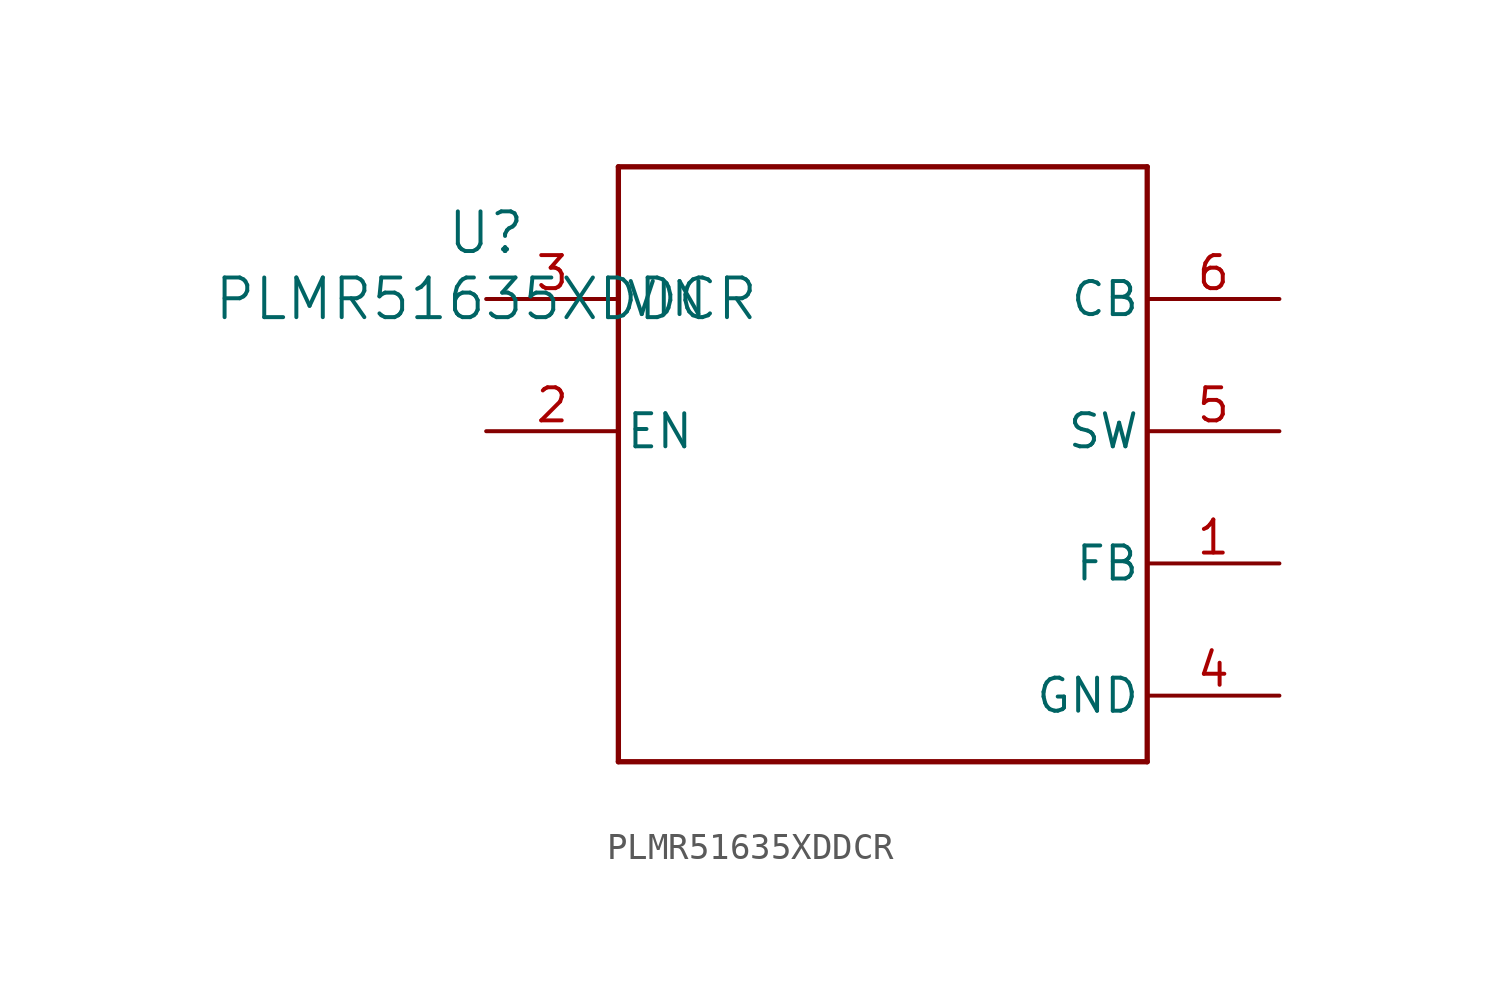
<source format=kicad_sym>
(kicad_symbol_lib
  (version 20211014)
  (generator kicad_symbol_editor)
  (symbol "PLMR51635XDDCR"
    (pin_names
      (offset 0.254))
    (property "Reference" "U"
      (at 0 2.54 0)
      (effects (font (size 1.524 1.524))))
    (property "Value" "PLMR51635XDDCR"
      (at 0 0 0)
      (effects (font (size 1.524 1.524))))
    (symbol "PLMR51635XDDCR_0_1"
      (polyline (pts (xy 5.08 -17.78) (xy 25.4 -17.78)) (stroke (width 0.203) (type default) (color 0 0 0 0)) (fill (type none)))
      (polyline (pts (xy 25.4 -17.78) (xy 25.4 5.08)) (stroke (width 0.203) (type default) (color 0 0 0 0)) (fill (type none)))
      (polyline (pts (xy 25.4 5.08) (xy 5.08 5.08)) (stroke (width 0.203) (type default) (color 0 0 0 0)) (fill (type none)))
      (polyline (pts (xy 5.08 5.08) (xy 5.08 -17.78)) (stroke (width 0.203) (type default) (color 0 0 0 0)) (fill (type none)))
      (pin unspecified line (at 30.48 -10.16 180) (length 5.08) (name "FB" (effects (font (size 1.27 1.27)))) (number "1" (effects (font (size 1.27 1.27)))))
      (pin input line (at 0 -5.08 0) (length 5.08) (name "EN" (effects (font (size 1.27 1.27)))) (number "2" (effects (font (size 1.27 1.27)))))
      (pin power_in line (at 0 0 0) (length 5.08) (name "VIN" (effects (font (size 1.27 1.27)))) (number "3" (effects (font (size 1.27 1.27)))))
      (pin power_in line (at 30.48 -15.24 180) (length 5.08) (name "GND" (effects (font (size 1.27 1.27)))) (number "4" (effects (font (size 1.27 1.27)))))
      (pin power_in line (at 30.48 -5.08 180) (length 5.08) (name "SW" (effects (font (size 1.27 1.27)))) (number "5" (effects (font (size 1.27 1.27)))))
      (pin power_in line (at 30.48 0 180) (length 5.08) (name "CB" (effects (font (size 1.27 1.27)))) (number "6" (effects (font (size 1.27 1.27))))))))
</source>
